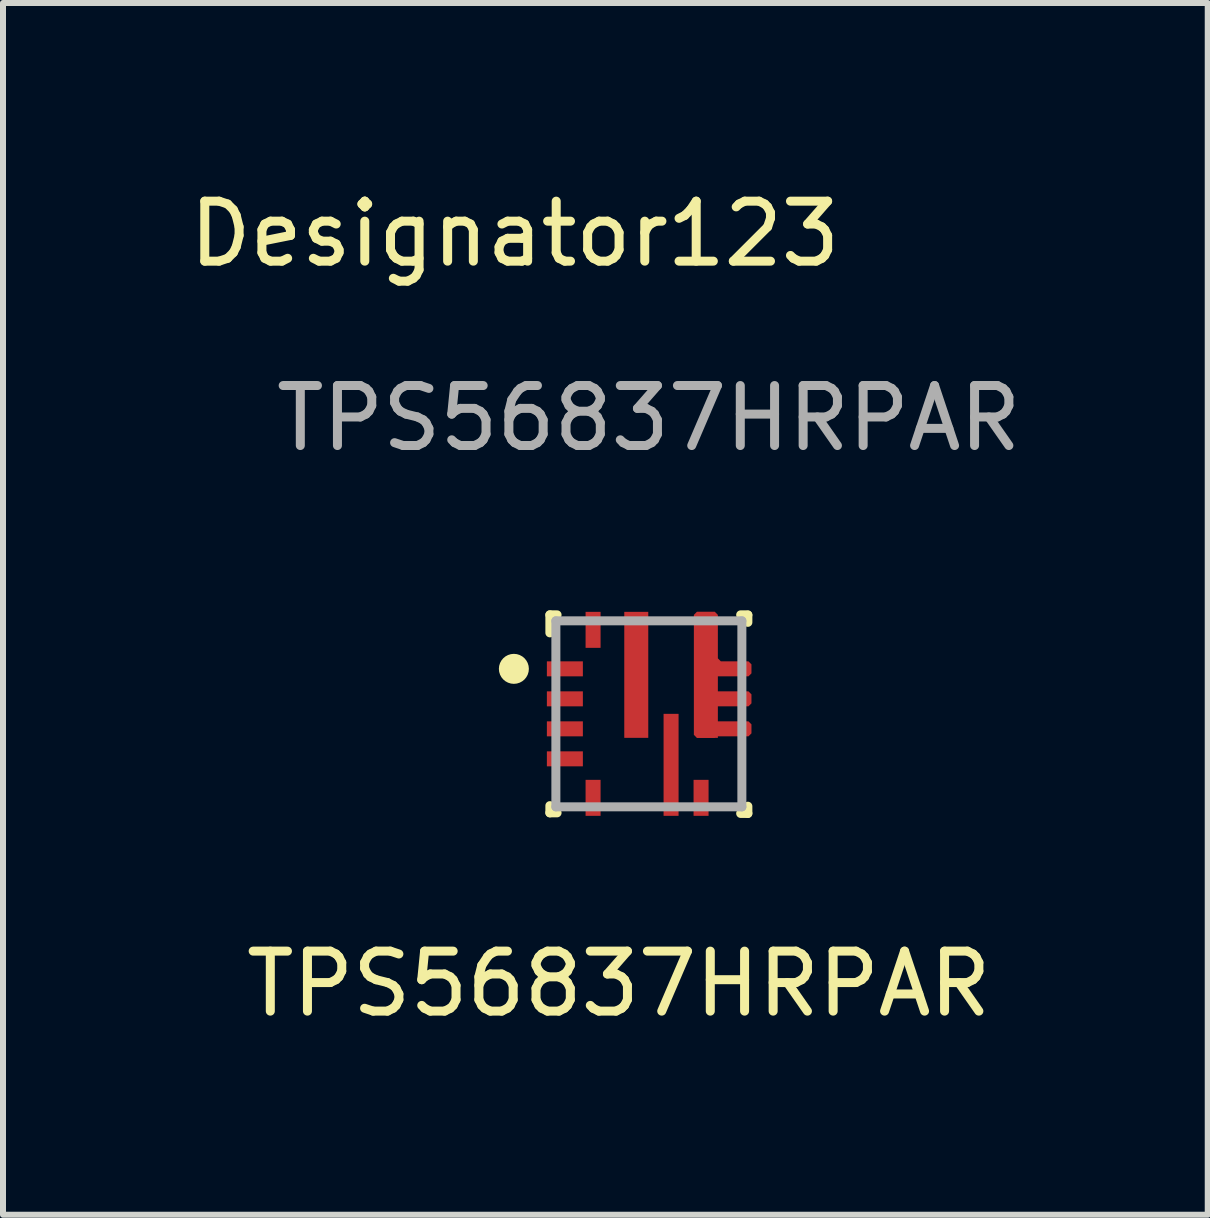
<source format=kicad_pcb>
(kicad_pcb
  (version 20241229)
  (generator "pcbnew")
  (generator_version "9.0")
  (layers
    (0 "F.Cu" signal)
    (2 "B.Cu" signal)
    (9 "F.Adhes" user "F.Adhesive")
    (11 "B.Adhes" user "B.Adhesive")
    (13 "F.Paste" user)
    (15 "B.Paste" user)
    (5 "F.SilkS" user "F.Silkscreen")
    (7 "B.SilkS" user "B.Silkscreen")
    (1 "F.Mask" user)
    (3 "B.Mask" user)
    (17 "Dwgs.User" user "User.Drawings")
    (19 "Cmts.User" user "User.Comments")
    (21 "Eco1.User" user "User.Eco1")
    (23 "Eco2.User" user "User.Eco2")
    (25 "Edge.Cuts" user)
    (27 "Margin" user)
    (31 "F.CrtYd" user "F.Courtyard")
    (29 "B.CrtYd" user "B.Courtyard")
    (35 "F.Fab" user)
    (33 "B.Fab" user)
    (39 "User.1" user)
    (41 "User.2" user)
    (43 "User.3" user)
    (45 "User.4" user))
  (footprint "TPS56837HRPAR"
    (layer "F.Cu")
    (at 7.765 8.848)
    (property "Reference" "TPS56837HRPAR" (at -0.5 4.5 0) (unlocked yes) (layer "F.SilkS") (effects (font (size 1 1) (thickness 0.15))))
    (attr smd)
    (fp_poly (pts (xy 0.8 -1.7) (xy 0.75 -1.65) (xy 0.75 0.35) (xy 0.8 0.4) (xy 1.15 0.4) (xy 1.15 0.375) (xy 1.66 0.375) (xy 1.71 0.325) (xy 1.71 0.175) (xy 1.66 0.125) (xy 1.15 0.125) (xy 1.15 -0.125) (xy 1.66 -0.125) (xy 1.71 -0.175) (xy 1.71 -0.325) (xy 1.66 -0.375) (xy 1.15 -0.375) (xy 1.15 -0.625) (xy 1.66 -0.625) (xy 1.71 -0.675) (xy 1.71 -0.825) (xy 1.66 -0.875) (xy 1.2 -0.875) (xy 1.15 -0.925) (xy 1.15 -1.65) (xy 1.1 -1.7)) (stroke (width 0) (type solid)) (fill yes) (layer "F.Cu"))
    (fp_poly (pts (xy 0.8 -1.7) (xy 0.75 -1.65) (xy 0.75 0.35) (xy 0.8 0.4) (xy 1.15 0.4) (xy 1.15 0.375) (xy 1.66 0.375) (xy 1.71 0.325) (xy 1.71 0.175) (xy 1.66 0.125) (xy 1.15 0.125) (xy 1.15 -0.125) (xy 1.66 -0.125) (xy 1.71 -0.175) (xy 1.71 -0.325) (xy 1.66 -0.375) (xy 1.15 -0.375) (xy 1.15 -0.625) (xy 1.66 -0.625) (xy 1.71 -0.675) (xy 1.71 -0.825) (xy 1.66 -0.875) (xy 1.2 -0.875) (xy 1.15 -0.925) (xy 1.15 -1.65) (xy 1.1 -1.7)) (stroke (width 0) (type solid)) (fill yes) (layer "F.Mask"))
    (fp_line (start -1.65 -1.65) (end -1.53 -1.65) (stroke (width 0.15) (type solid)) (layer "F.SilkS"))
    (fp_line (start -1.65 -1.35) (end -1.65 -1.65) (stroke (width 0.15) (type solid)) (layer "F.SilkS"))
    (fp_line (start -1.65 1.65) (end -1.65 1.53) (stroke (width 0.15) (type solid)) (layer "F.SilkS"))
    (fp_line (start -1.65 1.65) (end -1.53 1.65) (stroke (width 0.15) (type solid)) (layer "F.SilkS"))
    (fp_line (start 1.53 -1.65) (end 1.65 -1.65) (stroke (width 0.15) (type solid)) (layer "F.SilkS"))
    (fp_line (start 1.53 1.66) (end 1.65 1.66) (stroke (width 0.15) (type solid)) (layer "F.SilkS"))
    (fp_line (start 1.65 -1.525) (end 1.65 -1.645) (stroke (width 0.15) (type solid)) (layer "F.SilkS"))
    (fp_line (start 1.65 1.66) (end 1.65 1.54) (stroke (width 0.15) (type solid)) (layer "F.SilkS"))
    (fp_circle (center -2.25 -0.75) (end -2.125 -0.75) (stroke (width 0.25) (type solid)) (fill no) (layer "F.SilkS"))
    (fp_poly (pts (xy -0.41 0.345) (xy -0.41 -0.505) (xy -0.36 -0.555) (xy -0.06 -0.555) (xy -0.01 -0.505) (xy -0.01 0.345) (xy -0.06 0.395) (xy -0.36 0.395)) (stroke (width 0) (type solid)) (fill yes) (layer "F.Paste"))
    (fp_poly (pts (xy -0.36 -1.705) (xy -0.06 -1.705) (xy -0.01 -1.655) (xy -0.01 -0.805) (xy -0.06 -0.755) (xy -0.36 -0.755) (xy -0.41 -0.805) (xy -0.41 -1.655)) (stroke (width 0) (type solid)) (fill yes) (layer "F.Paste"))
    (fp_poly (pts (xy 0.245 1.655) (xy 0.245 1.005) (xy 0.295 0.955) (xy 0.445 0.955) (xy 0.495 1.005) (xy 0.495 1.655) (xy 0.445 1.705) (xy 0.295 1.705)) (stroke (width 0) (type solid)) (fill yes) (layer "F.Paste"))
    (fp_poly (pts (xy 0.445 0.005) (xy 0.495 0.055) (xy 0.495 0.705) (xy 0.445 0.755) (xy 0.295 0.755) (xy 0.245 0.705) (xy 0.245 0.055) (xy 0.295 0.005)) (stroke (width 0) (type solid)) (fill yes) (layer "F.Paste"))
    (fp_poly (pts (xy 0.8 -1.7) (xy 0.75 -1.65) (xy 0.75 0.35) (xy 0.8 0.4) (xy 1.15 0.4) (xy 1.15 0.375) (xy 1.66 0.375) (xy 1.71 0.325) (xy 1.71 0.175) (xy 1.66 0.125) (xy 1.15 0.125) (xy 1.15 -0.125) (xy 1.66 -0.125) (xy 1.71 -0.175) (xy 1.71 -0.325) (xy 1.66 -0.375) (xy 1.15 -0.375) (xy 1.15 -0.625) (xy 1.66 -0.625) (xy 1.71 -0.675) (xy 1.71 -0.825) (xy 1.66 -0.875) (xy 1.2 -0.875) (xy 1.15 -0.925) (xy 1.15 -1.65) (xy 1.1 -1.7)) (stroke (width 0) (type solid)) (fill yes) (layer "F.Paste"))
    (fp_line (start -1.55 -1.55) (end 1.55 -1.55) (stroke (width 0.15) (type solid)) (layer "F.Fab"))
    (fp_line (start -1.55 1.55) (end -1.55 -1.55) (stroke (width 0.15) (type solid)) (layer "F.Fab"))
    (fp_line (start -1.55 1.55) (end 1.55 1.55) (stroke (width 0.15) (type solid)) (layer "F.Fab"))
    (fp_line (start 1.55 1.55) (end 1.55 -1.55) (stroke (width 0.15) (type solid)) (layer "F.Fab"))
    (fp_text user "Designator123" (at -2.235 -8 0) (unlocked yes) (layer "F.SilkS") (effects (font (size 1 1) (thickness 0.15))))
    (fp_text user "${REFERENCE}" (at 0 -4.927 0) (unlocked yes) (layer "F.Fab") (effects (font (size 1 1) (thickness 0.15))))
    (pad "1" smd rect (at -1.4 -0.75) (size 0.6 0.25) (layers "F.Cu" "F.Mask" "F.Paste"))
    (pad "2" smd rect (at -1.4 -0.25) (size 0.6 0.25) (layers "F.Cu" "F.Mask" "F.Paste"))
    (pad "3" smd rect (at -1.4 0.25) (size 0.6 0.25) (layers "F.Cu" "F.Mask" "F.Paste"))
    (pad "4" smd rect (at -1.4 0.75) (size 0.6 0.25) (layers "F.Cu" "F.Mask" "F.Paste"))
    (pad "5" smd rect (at -0.93 1.4 90) (size 0.6 0.25) (layers "F.Cu" "F.Mask" "F.Paste"))
    (pad "6" smd rect (at 0.37 0.85) (size 0.25 1.7) (layers "F.Cu" "F.Mask"))
    (pad "7" smd rect (at 0.87 1.4 90) (size 0.6 0.25) (layers "F.Cu" "F.Mask" "F.Paste"))
    (pad "8" smd rect (at 0.95 -0.65) (size 0.3 2.1) (layers "F.Cu" "F.Mask" "F.Paste"))
    (pad "9" smd rect (at -0.21 -0.65) (size 0.4 2.1) (layers "F.Cu" "F.Mask"))
    (pad "10" smd rect (at -0.93 -1.4 90) (size 0.6 0.25) (layers "F.Cu" "F.Mask" "F.Paste")))
  (gr_rect
    (start -3 -3)
    (end 17.08 17.197)
    (stroke (width 0.1) (type default))
    (fill no)
    (layer "Edge.Cuts")))
</source>
